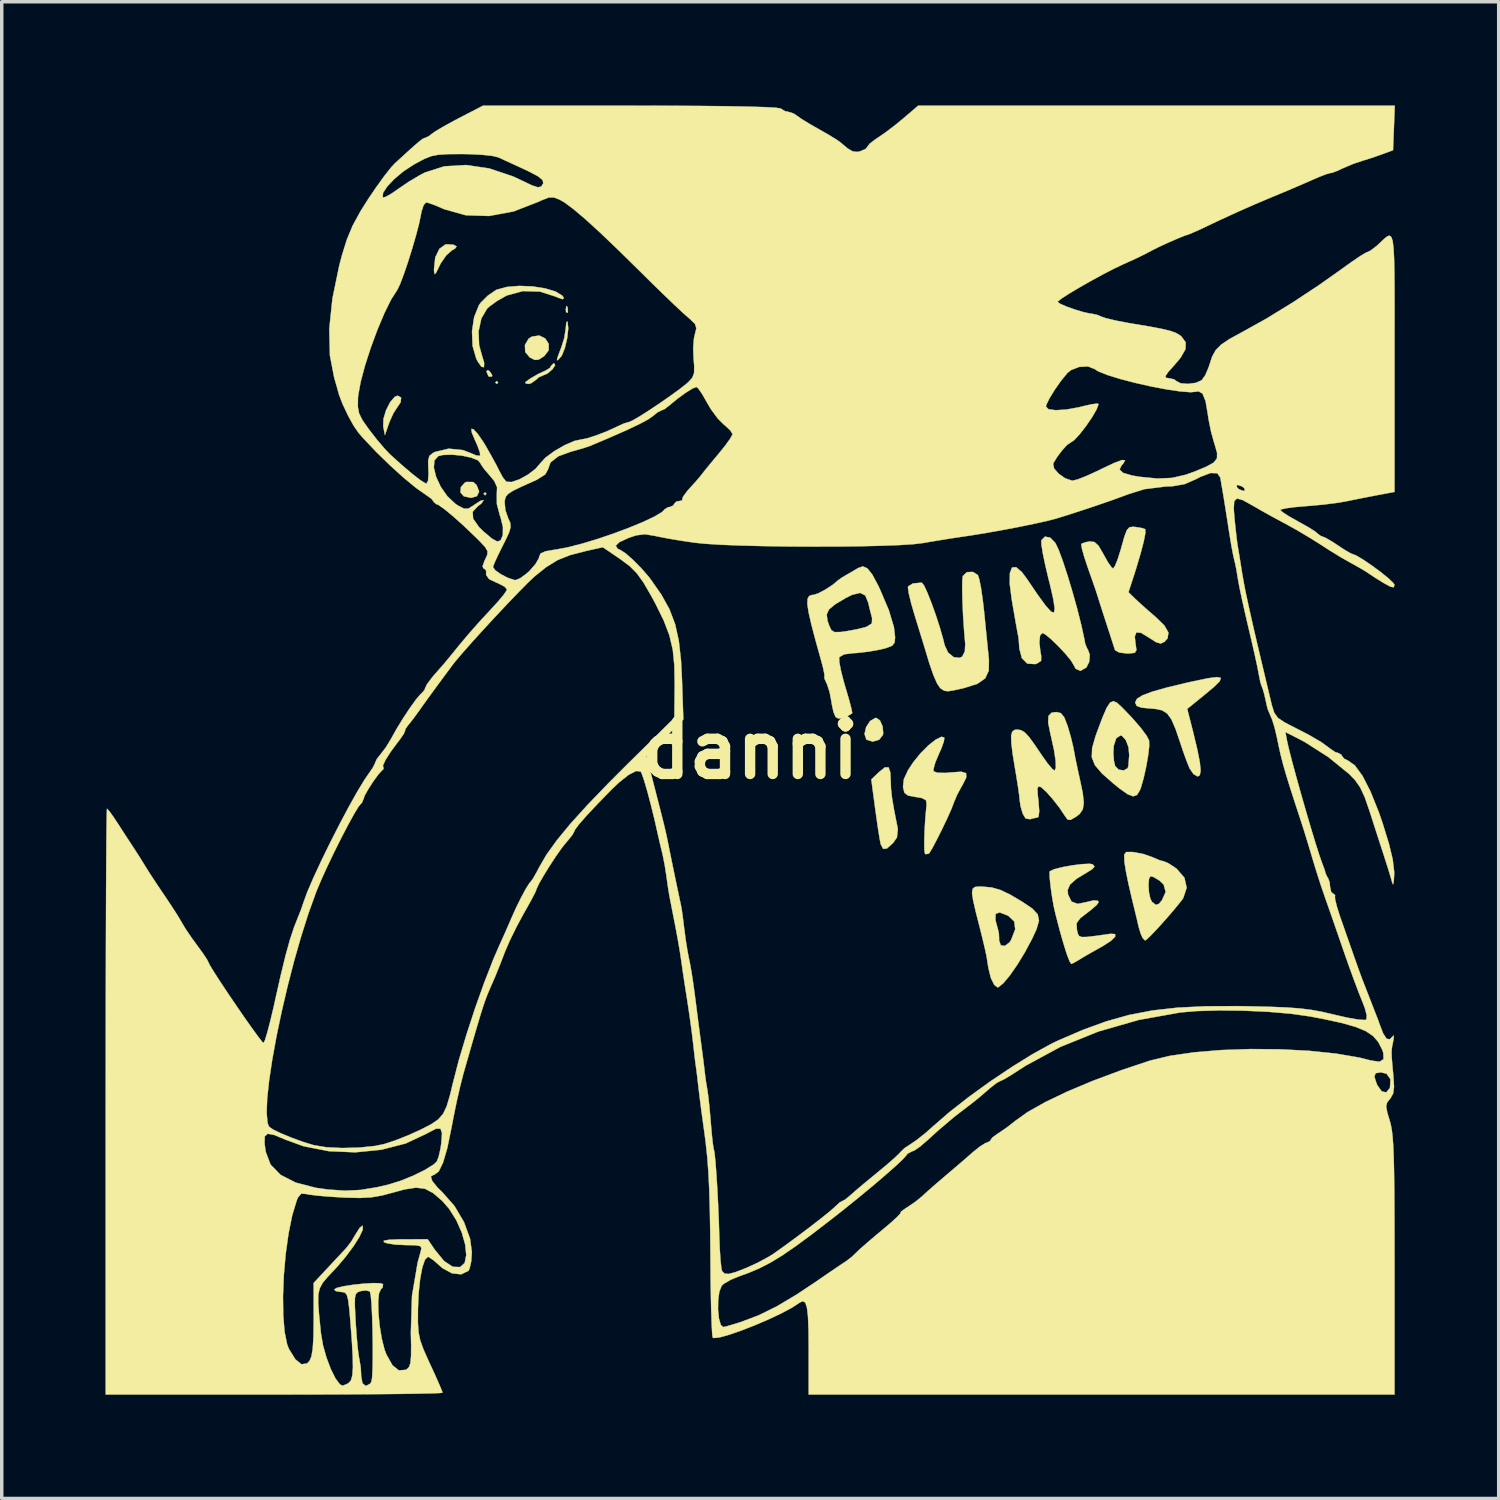
<source format=kicad_pcb>
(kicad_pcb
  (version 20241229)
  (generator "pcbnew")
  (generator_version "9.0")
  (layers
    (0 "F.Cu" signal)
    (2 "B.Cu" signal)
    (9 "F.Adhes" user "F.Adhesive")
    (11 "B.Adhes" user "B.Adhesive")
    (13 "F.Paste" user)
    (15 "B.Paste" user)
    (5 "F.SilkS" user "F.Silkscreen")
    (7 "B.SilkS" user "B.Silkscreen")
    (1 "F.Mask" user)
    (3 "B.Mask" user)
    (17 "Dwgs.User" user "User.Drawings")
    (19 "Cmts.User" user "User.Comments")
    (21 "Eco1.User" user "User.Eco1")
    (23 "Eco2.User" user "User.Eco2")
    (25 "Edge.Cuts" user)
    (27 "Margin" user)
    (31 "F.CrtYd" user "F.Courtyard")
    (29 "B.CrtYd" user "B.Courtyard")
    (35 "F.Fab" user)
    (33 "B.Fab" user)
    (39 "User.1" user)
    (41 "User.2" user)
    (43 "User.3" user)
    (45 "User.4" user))
  (footprint "danni"
    (layer "F.Cu")
    (at 18.632 18.632)
    (property "Reference" "danni" (at 0 0 0) (layer "F.SilkS") (effects (font (size 1.524 1.524) (thickness 0.3))))
    (attr through_hole)
    (fp_poly (pts (xy -7.62 -7.408) (xy -7.662 -7.366) (xy -7.705 -7.408) (xy -7.662 -7.451) (xy -7.62 -7.408)) (stroke (width 0.01) (type solid)) (fill yes) (layer "F.SilkS"))
    (fp_poly (pts (xy -7.281 -10.626) (xy -7.324 -10.583) (xy -7.366 -10.626) (xy -7.324 -10.668) (xy -7.281 -10.626)) (stroke (width 0.01) (type solid)) (fill yes) (layer "F.SilkS"))
    (fp_poly (pts (xy -5.276 -12.801) (xy -5.266 -12.668) (xy -5.283 -12.638) (xy -5.321 -12.664) (xy -5.327 -12.749) (xy -5.307 -12.84) (xy -5.276 -12.801)) (stroke (width 0.01) (type solid)) (fill yes) (layer "F.SilkS"))
    (fp_poly (pts (xy -7.52 -10.94) (xy -7.455 -10.833) (xy -7.463 -10.796) (xy -7.552 -10.799) (xy -7.564 -10.809) (xy -7.619 -10.939) (xy -7.62 -10.953) (xy -7.577 -10.985) (xy -7.52 -10.94)) (stroke (width 0.01) (type solid)) (fill yes) (layer "F.SilkS"))
    (fp_poly (pts (xy -8.003 -7.749) (xy -7.907 -7.664) (xy -7.833 -7.475) (xy -7.895 -7.341) (xy -8.063 -7.291) (xy -8.276 -7.337) (xy -8.373 -7.447) (xy -8.36 -7.601) (xy -8.25 -7.728) (xy -8.198 -7.752) (xy -8.003 -7.749)) (stroke (width 0.01) (type solid)) (fill yes) (layer "F.SilkS"))
    (fp_poly (pts (xy -10.087 -10.19) (xy -10.102 -10.054) (xy -10.201 -9.907) (xy -10.311 -9.737) (xy -10.421 -9.494) (xy -10.442 -9.437) (xy -10.556 -9.106) (xy -10.605 -9.358) (xy -10.598 -9.576) (xy -10.522 -9.827) (xy -10.404 -10.058) (xy -10.271 -10.212) (xy -10.187 -10.245) (xy -10.087 -10.19)) (stroke (width 0.01) (type solid)) (fill yes) (layer "F.SilkS"))
    (fp_poly (pts (xy -5.921 -11.898) (xy -5.821 -11.741) (xy -5.822 -11.556) (xy -5.952 -11.388) (xy -5.953 -11.387) (xy -6.114 -11.286) (xy -6.227 -11.279) (xy -6.371 -11.352) (xy -6.501 -11.509) (xy -6.509 -11.71) (xy -6.403 -11.891) (xy -6.31 -11.952) (xy -6.093 -11.984) (xy -5.921 -11.898)) (stroke (width 0.01) (type solid)) (fill yes) (layer "F.SilkS"))
    (fp_poly (pts (xy 3.753 -0.858) (xy 3.83 -0.686) (xy 3.847 -0.486) (xy 3.838 -0.437) (xy 3.728 -0.3) (xy 3.545 -0.246) (xy 3.374 -0.297) (xy 3.358 -0.31) (xy 3.307 -0.466) (xy 3.353 -0.665) (xy 3.468 -0.841) (xy 3.621 -0.93) (xy 3.644 -0.931) (xy 3.753 -0.858)) (stroke (width 0.01) (type solid)) (fill yes) (layer "F.SilkS"))
    (fp_poly (pts (xy -8.575 -14.609) (xy -8.572 -14.608) (xy -8.483 -14.557) (xy -8.53 -14.497) (xy -8.623 -14.443) (xy -8.785 -14.299) (xy -8.941 -14.073) (xy -8.976 -14.005) (xy -9.071 -13.809) (xy -9.118 -13.756) (xy -9.134 -13.833) (xy -9.137 -13.901) (xy -9.101 -14.242) (xy -8.981 -14.49) (xy -8.799 -14.621) (xy -8.575 -14.609)) (stroke (width 0.01) (type solid)) (fill yes) (layer "F.SilkS"))
    (fp_poly (pts (xy -5.276 -12.377) (xy -5.257 -12.189) (xy -5.286 -11.917) (xy -5.351 -11.635) (xy -5.437 -11.416) (xy -5.462 -11.378) (xy -5.554 -11.276) (xy -5.585 -11.271) (xy -5.557 -11.377) (xy -5.484 -11.572) (xy -5.461 -11.629) (xy -5.372 -11.912) (xy -5.328 -12.191) (xy -5.327 -12.21) (xy -5.312 -12.365) (xy -5.283 -12.39) (xy -5.276 -12.377)) (stroke (width 0.01) (type solid)) (fill yes) (layer "F.SilkS"))
    (fp_poly (pts (xy -5.635 -11.125) (xy -5.715 -11.007) (xy -5.865 -10.88) (xy -5.972 -10.837) (xy -6.108 -10.778) (xy -6.181 -10.71) (xy -6.332 -10.602) (xy -6.417 -10.583) (xy -6.502 -10.61) (xy -6.493 -10.638) (xy -6.35 -10.742) (xy -6.135 -10.867) (xy -5.928 -10.964) (xy -5.905 -10.973) (xy -5.781 -11.053) (xy -5.757 -11.101) (xy -5.691 -11.172) (xy -5.66 -11.176) (xy -5.635 -11.125)) (stroke (width 0.01) (type solid)) (fill yes) (layer "F.SilkS"))
    (fp_poly (pts (xy 4.053 0.643) (xy 4.064 0.892) (xy 4.073 1.122) (xy 4.103 1.39) (xy 4.162 1.735) (xy 4.254 2.197) (xy 4.271 2.282) (xy 4.243 2.527) (xy 4.132 2.684) (xy 3.957 2.842) (xy 3.847 2.856) (xy 3.778 2.727) (xy 3.768 2.688) (xy 3.738 2.524) (xy 3.693 2.239) (xy 3.642 1.882) (xy 3.613 1.673) (xy 3.503 0.848) (xy 3.726 0.635) (xy 3.898 0.497) (xy 4.002 0.497) (xy 4.053 0.643)) (stroke (width 0.01) (type solid)) (fill yes) (layer "F.SilkS"))
    (fp_poly (pts (xy -6.291 -13.403) (xy -5.928 -13.347) (xy -5.626 -13.257) (xy -5.429 -13.137) (xy -5.384 -13.071) (xy -5.419 -13.033) (xy -5.576 -13.088) (xy -5.61 -13.105) (xy -6.079 -13.255) (xy -6.572 -13.268) (xy -7.03 -13.142) (xy -7.05 -13.133) (xy -7.316 -12.982) (xy -7.545 -12.815) (xy -7.605 -12.758) (xy -7.77 -12.474) (xy -7.849 -12.102) (xy -7.833 -11.705) (xy -7.76 -11.438) (xy -7.687 -11.193) (xy -7.694 -11.068) (xy -7.764 -11.079) (xy -7.877 -11.238) (xy -7.916 -11.315) (xy -8.021 -11.68) (xy -8.039 -12.102) (xy -7.977 -12.516) (xy -7.839 -12.859) (xy -7.786 -12.934) (xy -7.578 -13.14) (xy -7.348 -13.296) (xy -7.324 -13.308) (xy -7.032 -13.388) (xy -6.674 -13.418) (xy -6.291 -13.403)) (stroke (width 0.01) (type solid)) (fill yes) (layer "F.SilkS"))
    (fp_poly (pts (xy 13.608 -2.086) (xy 13.574 -1.991) (xy 13.401 -1.82) (xy 13.112 -1.579) (xy 12.635 -1.192) (xy 12.803 -0.533) (xy 12.926 -0.019) (xy 12.999 0.351) (xy 13.023 0.593) (xy 12.999 0.725) (xy 12.934 0.762) (xy 12.815 0.692) (xy 12.704 0.529) (xy 12.618 0.317) (xy 12.511 0.022) (xy 12.443 -0.184) (xy 12.301 -0.601) (xy 12.181 -0.883) (xy 12.057 -1.057) (xy 11.907 -1.151) (xy 11.706 -1.192) (xy 11.578 -1.202) (xy 11.314 -1.227) (xy 11.179 -1.274) (xy 11.135 -1.359) (xy 11.134 -1.388) (xy 11.183 -1.484) (xy 11.339 -1.582) (xy 11.618 -1.687) (xy 12.031 -1.805) (xy 12.594 -1.941) (xy 12.811 -1.989) (xy 13.232 -2.077) (xy 13.496 -2.111) (xy 13.608 -2.086)) (stroke (width 0.01) (type solid)) (fill yes) (layer "F.SilkS"))
    (fp_poly (pts (xy 10.606 -1.368) (xy 10.737 -1.249) (xy 11.038 -0.937) (xy 11.289 -0.647) (xy 11.464 -0.411) (xy 11.533 -0.275) (xy 11.536 -0.111) (xy 11.504 0.162) (xy 11.447 0.487) (xy 11.375 0.81) (xy 11.299 1.075) (xy 11.265 1.164) (xy 11.181 1.298) (xy 11.071 1.336) (xy 10.909 1.273) (xy 10.668 1.102) (xy 10.499 0.964) (xy 10.169 0.674) (xy 9.966 0.435) (xy 9.876 0.205) (xy 9.881 0.085) (xy 10.499 0.085) (xy 10.516 0.312) (xy 10.55 0.459) (xy 10.654 0.565) (xy 10.8 0.587) (xy 10.913 0.524) (xy 10.933 0.466) (xy 10.948 0.278) (xy 10.958 0.148) (xy 10.938 -0.084) (xy 10.859 -0.291) (xy 10.749 -0.412) (xy 10.706 -0.423) (xy 10.583 -0.345) (xy 10.512 -0.125) (xy 10.499 0.085) (xy 9.881 0.085) (xy 9.886 -0.058) (xy 9.983 -0.397) (xy 10.027 -0.52) (xy 10.185 -0.941) (xy 10.305 -1.22) (xy 10.404 -1.372) (xy 10.499 -1.416) (xy 10.606 -1.368)) (stroke (width 0.01) (type solid)) (fill yes) (layer "F.SilkS"))
    (fp_poly (pts (xy 5.614 -0.364) (xy 5.602 -0.256) (xy 5.53 -0.051) (xy 5.454 0.117) (xy 5.351 0.362) (xy 5.301 0.549) (xy 5.305 0.614) (xy 5.417 0.655) (xy 5.651 0.659) (xy 5.811 0.645) (xy 6.102 0.625) (xy 6.243 0.666) (xy 6.249 0.79) (xy 6.135 1.017) (xy 6.106 1.064) (xy 5.978 1.304) (xy 5.886 1.525) (xy 5.885 1.53) (xy 5.816 1.708) (xy 5.698 1.972) (xy 5.553 2.276) (xy 5.404 2.575) (xy 5.273 2.823) (xy 5.182 2.974) (xy 5.167 2.992) (xy 5.073 3.009) (xy 5.052 2.986) (xy 5.036 2.871) (xy 5.034 2.632) (xy 5.044 2.315) (xy 5.065 1.965) (xy 5.096 1.626) (xy 5.102 1.566) (xy 5.085 1.451) (xy 4.97 1.387) (xy 4.784 1.355) (xy 4.563 1.313) (xy 4.46 1.233) (xy 4.421 1.072) (xy 4.42 1.057) (xy 4.444 0.84) (xy 4.566 0.578) (xy 4.716 0.351) (xy 4.929 0.088) (xy 5.156 -0.139) (xy 5.367 -0.304) (xy 5.532 -0.385) (xy 5.614 -0.364)) (stroke (width 0.01) (type solid)) (fill yes) (layer "F.SilkS"))
    (fp_poly (pts (xy 11.091 2.95) (xy 11.378 3.006) (xy 11.634 3.097) (xy 11.83 3.181) (xy 11.962 3.217) (xy 11.964 3.217) (xy 12.08 3.265) (xy 12.265 3.384) (xy 12.332 3.433) (xy 12.554 3.688) (xy 12.619 3.978) (xy 12.521 4.275) (xy 12.467 4.352) (xy 12.258 4.608) (xy 12.025 4.879) (xy 11.796 5.134) (xy 11.598 5.343) (xy 11.462 5.474) (xy 11.417 5.503) (xy 11.347 5.433) (xy 11.293 5.313) (xy 11.235 5.123) (xy 11.212 5.028) (xy 11.185 4.908) (xy 11.127 4.667) (xy 11.05 4.35) (xy 11.018 4.219) (xy 10.942 3.888) (xy 11.515 3.888) (xy 11.528 4.102) (xy 11.568 4.293) (xy 11.616 4.386) (xy 11.73 4.475) (xy 11.82 4.441) (xy 11.905 4.339) (xy 12.012 4.099) (xy 11.954 3.886) (xy 11.834 3.772) (xy 11.672 3.674) (xy 11.58 3.641) (xy 11.531 3.713) (xy 11.515 3.888) (xy 10.942 3.888) (xy 10.934 3.853) (xy 10.865 3.513) (xy 10.824 3.26) (xy 10.819 3.214) (xy 10.813 3.02) (xy 10.872 2.946) (xy 11.043 2.945) (xy 11.091 2.95)) (stroke (width 0.01) (type solid)) (fill yes) (layer "F.SilkS"))
    (fp_poly (pts (xy 6.731 3.947) (xy 6.99 3.972) (xy 7.234 4.042) (xy 7.515 4.176) (xy 7.865 4.383) (xy 8.156 4.579) (xy 8.313 4.746) (xy 8.35 4.931) (xy 8.278 5.179) (xy 8.15 5.455) (xy 7.944 5.841) (xy 7.723 6.203) (xy 7.509 6.512) (xy 7.321 6.737) (xy 7.181 6.85) (xy 7.15 6.858) (xy 7.056 6.784) (xy 6.966 6.602) (xy 6.947 6.54) (xy 6.889 6.301) (xy 6.858 6.118) (xy 6.856 6.096) (xy 6.835 5.964) (xy 6.78 5.709) (xy 6.7 5.374) (xy 6.637 5.122) (xy 6.58 4.9) (xy 7.089 4.9) (xy 7.113 4.998) (xy 7.168 5.196) (xy 7.192 5.315) (xy 7.197 5.438) (xy 7.197 5.503) (xy 7.246 5.642) (xy 7.362 5.66) (xy 7.497 5.559) (xy 7.546 5.483) (xy 7.663 5.18) (xy 7.637 4.956) (xy 7.467 4.793) (xy 7.441 4.779) (xy 7.213 4.692) (xy 7.098 4.732) (xy 7.089 4.9) (xy 6.58 4.9) (xy 6.519 4.659) (xy 6.445 4.336) (xy 6.415 4.128) (xy 6.433 4.009) (xy 6.499 3.956) (xy 6.617 3.944) (xy 6.731 3.947)) (stroke (width 0.01) (type solid)) (fill yes) (layer "F.SilkS"))
    (fp_poly (pts (xy 6.584 -5.059) (xy 6.625 -4.936) (xy 6.675 -4.683) (xy 6.725 -4.337) (xy 6.766 -3.979) (xy 6.809 -3.544) (xy 6.851 -3.129) (xy 6.885 -2.786) (xy 6.903 -2.607) (xy 6.898 -2.295) (xy 6.794 -2.073) (xy 6.568 -1.916) (xy 6.197 -1.798) (xy 6.174 -1.792) (xy 5.888 -1.728) (xy 5.718 -1.702) (xy 5.615 -1.715) (xy 5.531 -1.766) (xy 5.49 -1.799) (xy 5.404 -1.928) (xy 5.297 -2.172) (xy 5.189 -2.483) (xy 5.171 -2.54) (xy 5.052 -2.936) (xy 4.909 -3.403) (xy 4.771 -3.85) (xy 4.751 -3.915) (xy 4.654 -4.249) (xy 4.588 -4.523) (xy 4.562 -4.696) (xy 4.567 -4.732) (xy 4.705 -4.817) (xy 4.935 -4.839) (xy 4.967 -4.836) (xy 5.029 -4.757) (xy 5.124 -4.552) (xy 5.24 -4.259) (xy 5.364 -3.914) (xy 5.481 -3.554) (xy 5.578 -3.217) (xy 5.624 -3.029) (xy 5.725 -2.816) (xy 5.888 -2.685) (xy 6.063 -2.667) (xy 6.134 -2.706) (xy 6.207 -2.854) (xy 6.218 -3.072) (xy 6.184 -3.472) (xy 6.156 -3.896) (xy 6.138 -4.303) (xy 6.13 -4.655) (xy 6.134 -4.913) (xy 6.149 -5.034) (xy 6.266 -5.144) (xy 6.44 -5.151) (xy 6.584 -5.059)) (stroke (width 0.01) (type solid)) (fill yes) (layer "F.SilkS"))
    (fp_poly (pts (xy 9.902 3.301) (xy 9.957 3.365) (xy 9.884 3.446) (xy 9.75 3.528) (xy 9.43 3.723) (xy 9.247 3.886) (xy 9.179 4.042) (xy 9.19 4.177) (xy 9.29 4.378) (xy 9.468 4.445) (xy 9.739 4.389) (xy 9.934 4.343) (xy 10.055 4.355) (xy 10.058 4.358) (xy 10.071 4.402) (xy 10.019 4.475) (xy 9.88 4.597) (xy 9.631 4.791) (xy 9.542 4.859) (xy 9.435 5.006) (xy 9.448 5.206) (xy 9.474 5.309) (xy 9.51 5.373) (xy 9.589 5.403) (xy 9.741 5.4) (xy 9.997 5.369) (xy 10.388 5.314) (xy 10.414 5.31) (xy 10.551 5.318) (xy 10.552 5.392) (xy 10.428 5.514) (xy 10.191 5.668) (xy 10.146 5.693) (xy 9.868 5.848) (xy 9.624 5.989) (xy 9.507 6.061) (xy 9.354 6.15) (xy 9.281 6.181) (xy 9.236 6.108) (xy 9.163 5.921) (xy 9.116 5.779) (xy 9.026 5.481) (xy 8.948 5.206) (xy 8.927 5.122) (xy 8.869 4.898) (xy 8.828 4.741) (xy 8.777 4.518) (xy 8.727 4.235) (xy 8.686 3.943) (xy 8.66 3.691) (xy 8.656 3.53) (xy 8.664 3.5) (xy 8.792 3.442) (xy 9.03 3.382) (xy 9.318 3.33) (xy 9.601 3.295) (xy 9.818 3.286) (xy 9.902 3.301)) (stroke (width 0.01) (type solid)) (fill yes) (layer "F.SilkS"))
    (fp_poly (pts (xy 8.673 -6.143) (xy 8.822 -5.99) (xy 8.918 -5.79) (xy 9.04 -5.461) (xy 9.177 -5.043) (xy 9.319 -4.571) (xy 9.455 -4.084) (xy 9.572 -3.62) (xy 9.661 -3.214) (xy 9.686 -3.072) (xy 9.746 -2.929) (xy 9.762 -2.909) (xy 9.818 -2.757) (xy 9.801 -2.55) (xy 9.72 -2.388) (xy 9.548 -2.291) (xy 9.409 -2.352) (xy 9.356 -2.455) (xy 9.274 -2.59) (xy 9.114 -2.785) (xy 8.912 -3.001) (xy 8.707 -3.2) (xy 8.538 -3.341) (xy 8.45 -3.387) (xy 8.381 -3.312) (xy 8.361 -3.113) (xy 8.393 -2.829) (xy 8.413 -2.731) (xy 8.411 -2.579) (xy 8.284 -2.499) (xy 8.237 -2.486) (xy 8.012 -2.5) (xy 7.855 -2.658) (xy 7.781 -2.942) (xy 7.779 -2.98) (xy 7.766 -3.176) (xy 7.753 -3.281) (xy 7.727 -3.411) (xy 7.676 -3.696) (xy 7.599 -4.14) (xy 7.561 -4.36) (xy 7.504 -4.809) (xy 7.509 -5.117) (xy 7.571 -5.278) (xy 7.688 -5.289) (xy 7.856 -5.145) (xy 8.001 -4.95) (xy 8.314 -4.489) (xy 8.545 -4.173) (xy 8.7 -4.002) (xy 8.785 -3.976) (xy 8.804 -4.095) (xy 8.764 -4.361) (xy 8.671 -4.772) (xy 8.622 -4.965) (xy 8.529 -5.359) (xy 8.459 -5.698) (xy 8.42 -5.946) (xy 8.417 -6.066) (xy 8.523 -6.171) (xy 8.673 -6.143)) (stroke (width 0.01) (type solid)) (fill yes) (layer "F.SilkS"))
    (fp_poly (pts (xy 8.982 -1.069) (xy 9.08 -0.948) (xy 9.177 -0.699) (xy 9.268 -0.389) (xy 9.34 -0.09) (xy 9.357 0) (xy 9.403 0.245) (xy 9.472 0.573) (xy 9.529 0.831) (xy 9.614 1.239) (xy 9.645 1.52) (xy 9.617 1.709) (xy 9.529 1.842) (xy 9.427 1.922) (xy 9.267 2.016) (xy 9.181 2.012) (xy 9.109 1.915) (xy 8.95 1.677) (xy 8.755 1.426) (xy 8.564 1.209) (xy 8.42 1.078) (xy 8.406 1.069) (xy 8.335 1.048) (xy 8.306 1.111) (xy 8.314 1.29) (xy 8.335 1.471) (xy 8.357 1.763) (xy 8.338 1.923) (xy 8.31 1.947) (xy 8.162 1.976) (xy 8.094 1.998) (xy 7.963 1.976) (xy 7.88 1.836) (xy 7.816 1.614) (xy 7.795 1.467) (xy 7.78 1.316) (xy 7.742 1.047) (xy 7.688 0.71) (xy 7.668 0.593) (xy 7.591 0.123) (xy 7.55 -0.206) (xy 7.545 -0.417) (xy 7.578 -0.536) (xy 7.649 -0.585) (xy 7.716 -0.593) (xy 7.827 -0.578) (xy 7.933 -0.518) (xy 8.057 -0.387) (xy 8.224 -0.159) (xy 8.431 0.148) (xy 8.595 0.379) (xy 8.73 0.54) (xy 8.799 0.593) (xy 8.837 0.516) (xy 8.831 0.305) (xy 8.782 -0.014) (xy 8.694 -0.413) (xy 8.681 -0.466) (xy 8.615 -0.791) (xy 8.624 -0.987) (xy 8.714 -1.081) (xy 8.85 -1.101) (xy 8.982 -1.069)) (stroke (width 0.01) (type solid)) (fill yes) (layer "F.SilkS"))
    (fp_poly (pts (xy 11.142 -6.449) (xy 11.33 -6.418) (xy 11.422 -6.386) (xy 11.426 -6.279) (xy 11.38 -6.039) (xy 11.289 -5.69) (xy 11.161 -5.258) (xy 11.11 -5.097) (xy 10.937 -4.564) (xy 11.127 -4.378) (xy 11.298 -4.219) (xy 11.536 -4.008) (xy 11.712 -3.857) (xy 11.976 -3.601) (xy 12.092 -3.397) (xy 12.066 -3.228) (xy 11.978 -3.131) (xy 11.872 -3.08) (xy 11.736 -3.118) (xy 11.54 -3.244) (xy 11.302 -3.389) (xy 11.165 -3.403) (xy 11.119 -3.282) (xy 11.14 -3.084) (xy 11.167 -2.892) (xy 11.12 -2.812) (xy 10.957 -2.794) (xy 10.886 -2.794) (xy 10.672 -2.82) (xy 10.551 -2.886) (xy 10.545 -2.9) (xy 10.504 -3.026) (xy 10.426 -3.267) (xy 10.325 -3.579) (xy 10.291 -3.683) (xy 10.185 -4.011) (xy 10.097 -4.286) (xy 10.042 -4.461) (xy 10.034 -4.487) (xy 9.989 -4.624) (xy 9.904 -4.871) (xy 9.794 -5.183) (xy 9.764 -5.267) (xy 9.662 -5.573) (xy 9.594 -5.814) (xy 9.572 -5.949) (xy 9.576 -5.963) (xy 9.686 -6.007) (xy 9.818 -6.031) (xy 9.953 -6.015) (xy 10.07 -5.909) (xy 10.205 -5.679) (xy 10.219 -5.652) (xy 10.345 -5.427) (xy 10.45 -5.281) (xy 10.494 -5.249) (xy 10.548 -5.325) (xy 10.628 -5.525) (xy 10.717 -5.808) (xy 10.732 -5.863) (xy 10.82 -6.175) (xy 10.889 -6.356) (xy 10.962 -6.439) (xy 11.061 -6.456) (xy 11.142 -6.449)) (stroke (width 0.01) (type solid)) (fill yes) (layer "F.SilkS"))
    (fp_poly (pts (xy 3.391 -5.252) (xy 3.532 -5.074) (xy 3.702 -4.757) (xy 3.752 -4.652) (xy 4.011 -4.041) (xy 4.157 -3.554) (xy 4.191 -3.261) (xy 4.177 -3.108) (xy 4.105 -3.017) (xy 3.934 -2.951) (xy 3.768 -2.909) (xy 3.431 -2.847) (xy 3.089 -2.808) (xy 2.982 -2.802) (xy 2.718 -2.769) (xy 2.581 -2.69) (xy 2.574 -2.676) (xy 2.578 -2.547) (xy 2.625 -2.3) (xy 2.707 -1.98) (xy 2.753 -1.823) (xy 2.849 -1.497) (xy 2.918 -1.239) (xy 2.95 -1.088) (xy 2.949 -1.063) (xy 2.744 -0.94) (xy 2.559 -0.911) (xy 2.473 -0.954) (xy 2.41 -1.101) (xy 2.359 -1.336) (xy 2.351 -1.399) (xy 2.3 -1.67) (xy 2.226 -1.899) (xy 2.212 -1.928) (xy 2.149 -2.068) (xy 2.148 -2.117) (xy 2.148 -2.19) (xy 2.109 -2.379) (xy 2.061 -2.561) (xy 1.891 -3.173) (xy 1.768 -3.641) (xy 1.705 -3.92) (xy 2.214 -3.92) (xy 2.237 -3.739) (xy 2.286 -3.599) (xy 2.35 -3.466) (xy 2.442 -3.411) (xy 2.617 -3.414) (xy 2.773 -3.435) (xy 3.06 -3.487) (xy 3.308 -3.547) (xy 3.375 -3.569) (xy 3.519 -3.662) (xy 3.526 -3.813) (xy 3.521 -3.833) (xy 3.461 -4.063) (xy 3.415 -4.262) (xy 3.329 -4.471) (xy 3.181 -4.545) (xy 2.949 -4.489) (xy 2.766 -4.398) (xy 2.457 -4.214) (xy 2.28 -4.067) (xy 2.214 -3.92) (xy 1.705 -3.92) (xy 1.69 -3.984) (xy 1.655 -4.222) (xy 1.661 -4.372) (xy 1.705 -4.453) (xy 1.786 -4.485) (xy 1.834 -4.487) (xy 1.973 -4.533) (xy 2.181 -4.644) (xy 2.392 -4.782) (xy 2.54 -4.907) (xy 2.64 -4.979) (xy 2.773 -5.059) (xy 2.991 -5.184) (xy 3.124 -5.264) (xy 3.261 -5.31) (xy 3.391 -5.252)) (stroke (width 0.01) (type solid)) (fill yes) (layer "F.SilkS"))
    (fp_poly (pts (xy -2.377 -18.625) (xy -1.454 -18.62) (xy -0.677 -18.612) (xy -0.051 -18.6) (xy 0.419 -18.586) (xy 0.73 -18.569) (xy 0.877 -18.549) (xy 0.889 -18.542) (xy 1.01 -18.467) (xy 1.078 -18.457) (xy 1.253 -18.404) (xy 1.348 -18.341) (xy 1.489 -18.242) (xy 1.727 -18.096) (xy 1.988 -17.947) (xy 2.261 -17.792) (xy 2.482 -17.657) (xy 2.599 -17.576) (xy 2.817 -17.393) (xy 2.965 -17.306) (xy 3.093 -17.291) (xy 3.18 -17.308) (xy 3.336 -17.374) (xy 3.387 -17.436) (xy 3.452 -17.524) (xy 3.617 -17.652) (xy 3.687 -17.698) (xy 3.915 -17.855) (xy 4.2 -18.072) (xy 4.423 -18.255) (xy 4.858 -18.627) (xy 18.634 -18.627) (xy 18.584 -17.34) (xy 18.246 -17.216) (xy 17.99 -17.126) (xy 17.776 -17.058) (xy 17.738 -17.048) (xy 17.448 -16.952) (xy 17.116 -16.811) (xy 16.998 -16.754) (xy 16.834 -16.691) (xy 16.768 -16.679) (xy 16.65 -16.647) (xy 16.433 -16.562) (xy 16.237 -16.477) (xy 15.951 -16.351) (xy 15.574 -16.19) (xy 15.172 -16.022) (xy 15.028 -15.963) (xy 14.587 -15.776) (xy 14.084 -15.554) (xy 13.61 -15.336) (xy 13.484 -15.277) (xy 13.154 -15.12) (xy 12.884 -14.995) (xy 12.707 -14.919) (xy 12.658 -14.901) (xy 12.558 -14.869) (xy 12.357 -14.787) (xy 12.106 -14.678) (xy 11.857 -14.564) (xy 11.661 -14.468) (xy 11.642 -14.458) (xy 11.409 -14.335) (xy 11.206 -14.235) (xy 10.958 -14.121) (xy 10.795 -14.048) (xy 10.519 -13.917) (xy 10.191 -13.747) (xy 9.842 -13.557) (xy 9.506 -13.365) (xy 9.215 -13.191) (xy 9 -13.052) (xy 8.895 -12.968) (xy 8.89 -12.956) (xy 8.963 -12.901) (xy 9.146 -12.821) (xy 9.387 -12.735) (xy 9.63 -12.662) (xy 9.824 -12.619) (xy 9.875 -12.615) (xy 10.047 -12.576) (xy 10.14 -12.534) (xy 10.287 -12.484) (xy 10.553 -12.42) (xy 10.893 -12.354) (xy 11.049 -12.327) (xy 11.54 -12.245) (xy 11.893 -12.178) (xy 12.137 -12.12) (xy 12.302 -12.062) (xy 12.416 -11.997) (xy 12.467 -11.956) (xy 12.591 -11.787) (xy 12.585 -11.59) (xy 12.444 -11.342) (xy 12.266 -11.132) (xy 12.081 -10.923) (xy 12.004 -10.808) (xy 12.024 -10.76) (xy 12.092 -10.753) (xy 12.258 -10.716) (xy 12.319 -10.668) (xy 12.443 -10.603) (xy 12.656 -10.586) (xy 12.883 -10.616) (xy 13.051 -10.689) (xy 13.156 -10.836) (xy 13.255 -11.068) (xy 13.276 -11.135) (xy 13.357 -11.379) (xy 13.46 -11.564) (xy 13.617 -11.722) (xy 13.86 -11.885) (xy 14.223 -12.083) (xy 14.263 -12.105) (xy 14.936 -12.48) (xy 15.68 -12.937) (xy 16.442 -13.44) (xy 17.101 -13.906) (xy 17.392 -14.115) (xy 17.634 -14.279) (xy 17.794 -14.376) (xy 17.837 -14.393) (xy 17.943 -14.445) (xy 18.106 -14.571) (xy 18.121 -14.584) (xy 18.241 -14.697) (xy 18.342 -14.791) (xy 18.423 -14.853) (xy 18.487 -14.87) (xy 18.536 -14.828) (xy 18.573 -14.716) (xy 18.598 -14.52) (xy 18.614 -14.227) (xy 18.623 -13.825) (xy 18.627 -13.301) (xy 18.628 -12.641) (xy 18.627 -11.832) (xy 18.627 -11.235) (xy 18.627 -7.463) (xy 18.14 -7.372) (xy 17.774 -7.301) (xy 17.394 -7.225) (xy 17.23 -7.191) (xy 16.94 -7.143) (xy 16.555 -7.095) (xy 16.148 -7.058) (xy 16.066 -7.052) (xy 15.735 -7.023) (xy 15.481 -6.989) (xy 15.34 -6.955) (xy 15.325 -6.942) (xy 15.394 -6.876) (xy 15.576 -6.758) (xy 15.833 -6.613) (xy 15.854 -6.601) (xy 16.12 -6.453) (xy 16.319 -6.329) (xy 16.41 -6.253) (xy 16.411 -6.251) (xy 16.508 -6.182) (xy 16.523 -6.181) (xy 16.635 -6.136) (xy 16.832 -6.021) (xy 16.976 -5.927) (xy 17.192 -5.784) (xy 17.35 -5.692) (xy 17.398 -5.673) (xy 17.521 -5.625) (xy 17.727 -5.502) (xy 17.978 -5.331) (xy 18.232 -5.143) (xy 18.45 -4.967) (xy 18.593 -4.83) (xy 18.627 -4.774) (xy 18.602 -4.706) (xy 18.506 -4.725) (xy 18.309 -4.833) (xy 18.081 -4.974) (xy 17.9 -5.093) (xy 17.865 -5.118) (xy 17.717 -5.212) (xy 17.486 -5.344) (xy 17.357 -5.415) (xy 17.071 -5.577) (xy 16.735 -5.783) (xy 16.51 -5.929) (xy 16.188 -6.132) (xy 15.802 -6.361) (xy 15.452 -6.555) (xy 15.112 -6.737) (xy 14.782 -6.921) (xy 14.53 -7.066) (xy 14.52 -7.071) (xy 14.241 -7.227) (xy 14.073 -7.273) (xy 13.993 -7.195) (xy 13.98 -6.978) (xy 14 -6.71) (xy 14.034 -6.382) (xy 14.067 -6.095) (xy 14.09 -5.927) (xy 14.121 -5.74) (xy 14.169 -5.447) (xy 14.223 -5.108) (xy 14.228 -5.08) (xy 14.27 -4.838) (xy 14.329 -4.538) (xy 14.409 -4.165) (xy 14.513 -3.701) (xy 14.645 -3.129) (xy 14.81 -2.433) (xy 15.01 -1.594) (xy 15.082 -1.294) (xy 15.151 -1.077) (xy 15.259 -0.929) (xy 15.455 -0.799) (xy 15.606 -0.721) (xy 16.129 -0.452) (xy 16.505 -0.234) (xy 16.745 -0.059) (xy 16.756 -0.049) (xy 16.912 0.057) (xy 17.003 0.085) (xy 17.097 0.137) (xy 17.103 0.164) (xy 17.173 0.25) (xy 17.272 0.296) (xy 17.479 0.441) (xy 17.702 0.745) (xy 17.934 1.199) (xy 18.172 1.792) (xy 18.283 2.113) (xy 18.464 2.701) (xy 18.574 3.158) (xy 18.616 3.506) (xy 18.617 3.586) (xy 18.605 3.796) (xy 18.585 3.883) (xy 18.567 3.852) (xy 18.521 3.69) (xy 18.44 3.423) (xy 18.339 3.107) (xy 18.334 3.09) (xy 18.213 2.718) (xy 18.068 2.27) (xy 17.928 1.833) (xy 17.903 1.757) (xy 17.765 1.359) (xy 17.634 1.078) (xy 17.483 0.862) (xy 17.32 0.694) (xy 16.715 0.202) (xy 16.038 -0.231) (xy 15.843 -0.334) (xy 15.473 -0.522) (xy 15.517 -0.282) (xy 15.57 -0.046) (xy 15.662 0.314) (xy 15.783 0.76) (xy 15.922 1.258) (xy 16.069 1.771) (xy 16.214 2.264) (xy 16.346 2.7) (xy 16.456 3.044) (xy 16.532 3.26) (xy 16.604 3.452) (xy 16.636 3.568) (xy 16.636 3.57) (xy 16.688 3.677) (xy 16.701 3.69) (xy 16.751 3.817) (xy 16.764 3.951) (xy 16.797 4.103) (xy 16.854 4.149) (xy 16.912 4.192) (xy 16.904 4.213) (xy 16.91 4.319) (xy 16.965 4.537) (xy 17.055 4.82) (xy 17.058 4.827) (xy 17.188 5.198) (xy 17.34 5.633) (xy 17.473 6.011) (xy 17.588 6.336) (xy 17.691 6.616) (xy 17.762 6.798) (xy 17.769 6.816) (xy 18.152 7.799) (xy 18.177 7.874) (xy 18.297 8.188) (xy 18.399 8.345) (xy 18.493 8.358) (xy 18.552 8.297) (xy 18.605 8.247) (xy 18.602 8.342) (xy 18.586 8.424) (xy 18.556 8.572) (xy 18.542 8.701) (xy 18.545 8.861) (xy 18.563 9.099) (xy 18.594 9.425) (xy 18.613 9.731) (xy 18.587 9.926) (xy 18.51 10.064) (xy 18.493 10.083) (xy 18.411 10.189) (xy 18.385 10.3) (xy 18.416 10.471) (xy 18.485 10.699) (xy 18.519 10.825) (xy 18.548 10.977) (xy 18.571 11.171) (xy 18.589 11.422) (xy 18.603 11.748) (xy 18.613 12.164) (xy 18.62 12.686) (xy 18.624 13.332) (xy 18.626 14.117) (xy 18.627 14.888) (xy 18.627 18.627) (xy 1.693 18.627) (xy 1.693 17.319) (xy 1.689 16.771) (xy 1.673 16.374) (xy 1.643 16.113) (xy 1.595 15.97) (xy 1.525 15.928) (xy 1.429 15.971) (xy 1.414 15.983) (xy 1.195 16.125) (xy 0.886 16.289) (xy 0.518 16.462) (xy 0.124 16.63) (xy -0.261 16.78) (xy -0.607 16.9) (xy -0.881 16.975) (xy -1.049 16.994) (xy -1.08 16.982) (xy -1.095 16.887) (xy -1.109 16.645) (xy -1.122 16.28) (xy -1.125 16.175) (xy -0.927 16.175) (xy -0.901 16.43) (xy -0.847 16.615) (xy -0.774 16.678) (xy -0.67 16.653) (xy -0.457 16.59) (xy -0.254 16.527) (xy 0.247 16.337) (xy 0.769 16.08) (xy 1.346 15.736) (xy 1.88 15.381) (xy 2.204 15.158) (xy 2.486 14.966) (xy 2.692 14.828) (xy 2.774 14.774) (xy 2.947 14.641) (xy 3.044 14.547) (xy 3.165 14.431) (xy 3.381 14.241) (xy 3.654 14.009) (xy 3.797 13.89) (xy 4.055 13.672) (xy 4.245 13.499) (xy 4.343 13.396) (xy 4.347 13.377) (xy 4.363 13.339) (xy 4.492 13.246) (xy 4.548 13.211) (xy 4.776 13.056) (xy 4.963 12.904) (xy 4.974 12.894) (xy 5.113 12.766) (xy 5.337 12.569) (xy 5.599 12.344) (xy 5.629 12.319) (xy 5.924 12.068) (xy 6.216 11.817) (xy 6.441 11.62) (xy 6.641 11.46) (xy 6.799 11.36) (xy 6.847 11.345) (xy 6.938 11.299) (xy 6.943 11.279) (xy 7.008 11.194) (xy 7.166 11.08) (xy 7.176 11.075) (xy 7.406 10.919) (xy 7.643 10.735) (xy 7.65 10.728) (xy 8.02 10.463) (xy 8.535 10.173) (xy 9.173 9.868) (xy 9.913 9.557) (xy 10.246 9.433) (xy 18.043 9.433) (xy 18.106 9.63) (xy 18.132 9.69) (xy 18.257 9.864) (xy 18.387 9.893) (xy 18.488 9.772) (xy 18.496 9.749) (xy 18.509 9.513) (xy 18.398 9.356) (xy 18.237 9.313) (xy 18.084 9.338) (xy 18.043 9.433) (xy 10.246 9.433) (xy 10.734 9.251) (xy 11.557 8.976) (xy 12.129 8.838) (xy 12.829 8.736) (xy 13.62 8.67) (xy 14.463 8.641) (xy 15.322 8.648) (xy 16.158 8.692) (xy 16.934 8.772) (xy 17.613 8.888) (xy 17.945 8.972) (xy 18.192 9.008) (xy 18.31 8.934) (xy 18.302 8.748) (xy 18.264 8.644) (xy 18.154 8.433) (xy 18.006 8.263) (xy 17.798 8.123) (xy 17.507 8.002) (xy 17.107 7.888) (xy 16.578 7.773) (xy 16.184 7.698) (xy 15.634 7.62) (xy 14.974 7.564) (xy 14.261 7.531) (xy 13.552 7.524) (xy 12.903 7.543) (xy 12.436 7.583) (xy 11.237 7.798) (xy 10.068 8.134) (xy 8.965 8.58) (xy 7.967 9.121) (xy 7.773 9.246) (xy 7.521 9.408) (xy 7.323 9.524) (xy 7.223 9.569) (xy 7.222 9.569) (xy 7.124 9.623) (xy 6.952 9.756) (xy 6.85 9.844) (xy 6.609 10.051) (xy 6.373 10.24) (xy 6.309 10.287) (xy 5.9 10.601) (xy 5.437 10.994) (xy 5.122 11.281) (xy 4.916 11.457) (xy 4.749 11.573) (xy 4.682 11.598) (xy 4.554 11.664) (xy 4.513 11.716) (xy 4.413 11.829) (xy 4.202 12.027) (xy 3.903 12.29) (xy 3.539 12.601) (xy 3.131 12.938) (xy 2.702 13.284) (xy 2.364 13.55) (xy 1.792 13.99) (xy 1.323 14.336) (xy 0.931 14.605) (xy 0.59 14.813) (xy 0.273 14.976) (xy -0.044 15.111) (xy -0.311 15.207) (xy -0.569 15.314) (xy -0.766 15.431) (xy -0.821 15.483) (xy -0.889 15.651) (xy -0.923 15.899) (xy -0.927 16.175) (xy -1.125 16.175) (xy -1.133 15.814) (xy -1.142 15.272) (xy -1.146 14.751) (xy -1.153 13.932) (xy -1.165 13.254) (xy -1.182 12.685) (xy -1.206 12.198) (xy -1.239 11.763) (xy -1.283 11.35) (xy -1.338 10.93) (xy -1.352 10.837) (xy -1.408 10.429) (xy -1.465 9.982) (xy -1.494 9.737) (xy -1.527 9.449) (xy -1.554 9.235) (xy -1.567 9.144) (xy -1.581 9.045) (xy -1.608 8.824) (xy -1.641 8.528) (xy -1.643 8.509) (xy -1.689 8.124) (xy -1.752 7.666) (xy -1.818 7.23) (xy -1.823 7.197) (xy -1.884 6.809) (xy -1.941 6.433) (xy -1.983 6.139) (xy -1.989 6.096) (xy -2.031 5.816) (xy -2.094 5.45) (xy -2.163 5.08) (xy -2.23 4.741) (xy -2.288 4.442) (xy -2.327 4.244) (xy -2.329 4.233) (xy -2.366 4.015) (xy -2.407 3.729) (xy -2.419 3.641) (xy -2.468 3.325) (xy -2.528 3.022) (xy -2.542 2.963) (xy -2.607 2.695) (xy -2.661 2.46) (xy -2.662 2.455) (xy -2.76 2.021) (xy -2.865 1.592) (xy -2.968 1.203) (xy -3.06 0.888) (xy -3.131 0.681) (xy -3.163 0.619) (xy -3.293 0.603) (xy -3.507 0.712) (xy -3.788 0.934) (xy -4.001 1.137) (xy -4.408 1.554) (xy -4.729 1.897) (xy -4.952 2.152) (xy -5.067 2.309) (xy -5.08 2.346) (xy -5.133 2.445) (xy -5.265 2.611) (xy -5.315 2.667) (xy -5.447 2.832) (xy -5.618 3.076) (xy -5.802 3.357) (xy -5.973 3.635) (xy -6.107 3.869) (xy -6.176 4.018) (xy -6.181 4.041) (xy -6.22 4.131) (xy -6.325 4.332) (xy -6.477 4.606) (xy -6.55 4.733) (xy -6.748 5.101) (xy -6.937 5.485) (xy -7.079 5.811) (xy -7.096 5.855) (xy -7.227 6.196) (xy -7.366 6.539) (xy -7.437 6.702) (xy -7.516 6.883) (xy -7.584 7.043) (xy -7.647 7.207) (xy -7.713 7.398) (xy -7.79 7.641) (xy -7.885 7.959) (xy -8.007 8.375) (xy -8.162 8.915) (xy -8.288 9.356) (xy -8.375 9.694) (xy -8.476 10.134) (xy -8.574 10.609) (xy -8.632 10.916) (xy -8.752 11.501) (xy -8.875 11.921) (xy -9 12.178) (xy -9.13 12.276) (xy -9.146 12.277) (xy -9.229 12.325) (xy -9.186 12.457) (xy -9.027 12.653) (xy -8.896 12.78) (xy -8.546 13.176) (xy -8.27 13.643) (xy -8.094 14.127) (xy -8.043 14.512) (xy -8.062 14.783) (xy -8.109 14.989) (xy -8.145 15.054) (xy -8.353 15.152) (xy -8.616 15.124) (xy -8.888 14.977) (xy -8.975 14.901) (xy -9.152 14.745) (xy -9.286 14.655) (xy -9.313 14.647) (xy -9.397 14.727) (xy -9.474 14.947) (xy -9.537 15.278) (xy -9.581 15.692) (xy -9.601 16.158) (xy -9.601 16.171) (xy -9.602 16.548) (xy -9.584 16.826) (xy -9.535 17.063) (xy -9.442 17.321) (xy -9.292 17.659) (xy -9.25 17.749) (xy -9.098 18.079) (xy -8.978 18.35) (xy -8.905 18.527) (xy -8.89 18.574) (xy -8.972 18.584) (xy -9.209 18.593) (xy -9.585 18.601) (xy -10.085 18.609) (xy -10.695 18.615) (xy -11.4 18.62) (xy -12.184 18.624) (xy -13.033 18.626) (xy -13.758 18.627) (xy -18.627 18.627) (xy -18.627 15.779) (xy -13.502 15.779) (xy -13.495 16.337) (xy -13.456 16.816) (xy -13.381 17.181) (xy -13.332 17.307) (xy -13.144 17.61) (xy -12.968 17.752) (xy -12.809 17.73) (xy -12.737 17.658) (xy -12.681 17.53) (xy -12.643 17.31) (xy -12.622 16.972) (xy -12.615 16.493) (xy -12.615 16.448) (xy -12.615 15.402) (xy -12.213 14.971) (xy -11.987 14.728) (xy -11.788 14.516) (xy -11.667 14.386) (xy -11.527 14.202) (xy -11.388 13.97) (xy -11.386 13.967) (xy -11.283 13.805) (xy -11.206 13.747) (xy -11.197 13.751) (xy -11.197 13.863) (xy -11.292 14.068) (xy -11.463 14.339) (xy -11.69 14.644) (xy -11.953 14.954) (xy -12.025 15.031) (xy -12.219 15.236) (xy -12.355 15.399) (xy -12.439 15.554) (xy -12.481 15.735) (xy -12.485 15.977) (xy -12.46 16.315) (xy -12.413 16.781) (xy -12.404 16.868) (xy -12.345 17.206) (xy -12.245 17.56) (xy -12.12 17.891) (xy -11.986 18.161) (xy -11.859 18.332) (xy -11.779 18.371) (xy -11.67 18.33) (xy -11.6 18.29) (xy -11.537 18.216) (xy -11.498 18.075) (xy -11.481 17.846) (xy -11.487 17.508) (xy -11.514 17.04) (xy -11.553 16.531) (xy -11.587 16.141) (xy -11.601 16.032) (xy -11.426 16.032) (xy -11.411 16.355) (xy -11.401 16.544) (xy -11.374 16.931) (xy -11.343 17.274) (xy -11.311 17.525) (xy -11.294 17.611) (xy -11.254 17.853) (xy -11.242 18.098) (xy -11.206 18.3) (xy -11.11 18.38) (xy -10.987 18.317) (xy -10.95 18.267) (xy -10.927 18.148) (xy -10.913 17.899) (xy -10.907 17.559) (xy -10.907 17.163) (xy -10.914 16.748) (xy -10.926 16.352) (xy -10.943 16.012) (xy -10.965 15.765) (xy -10.991 15.647) (xy -10.993 15.645) (xy -11.112 15.617) (xy -11.251 15.636) (xy -11.34 15.666) (xy -11.395 15.72) (xy -11.422 15.831) (xy -11.426 16.032) (xy -11.601 16.032) (xy -11.619 15.89) (xy -11.657 15.747) (xy -11.71 15.682) (xy -11.79 15.664) (xy -11.824 15.663) (xy -11.977 15.637) (xy -12.023 15.591) (xy -11.946 15.544) (xy -11.748 15.497) (xy -11.476 15.455) (xy -11.178 15.423) (xy -10.903 15.406) (xy -10.696 15.41) (xy -10.609 15.436) (xy -10.625 15.54) (xy -10.669 15.579) (xy -10.727 15.702) (xy -10.751 15.948) (xy -10.743 16.275) (xy -10.708 16.641) (xy -10.649 17.003) (xy -10.569 17.321) (xy -10.514 17.468) (xy -10.337 17.782) (xy -10.154 17.929) (xy -9.96 17.914) (xy -9.916 17.89) (xy -9.856 17.827) (xy -9.818 17.711) (xy -9.8 17.512) (xy -9.798 17.197) (xy -9.806 16.839) (xy -9.773 15.771) (xy -9.61 14.811) (xy -9.523 14.499) (xy -9.5 14.393) (xy -9.54 14.336) (xy -9.678 14.312) (xy -9.95 14.307) (xy -9.96 14.307) (xy -10.252 14.293) (xy -10.486 14.258) (xy -10.583 14.224) (xy -10.589 14.181) (xy -10.442 14.154) (xy -10.135 14.141) (xy -10.015 14.141) (xy -9.319 14.139) (xy -9.113 14.443) (xy -8.846 14.768) (xy -8.595 14.935) (xy -8.381 14.943) (xy -8.25 14.823) (xy -8.205 14.594) (xy -8.236 14.29) (xy -8.334 13.945) (xy -8.491 13.591) (xy -8.698 13.261) (xy -8.899 13.03) (xy -9.161 12.804) (xy -9.398 12.679) (xy -9.657 12.647) (xy -9.988 12.698) (xy -10.301 12.783) (xy -10.645 12.875) (xy -10.949 12.927) (xy -11.279 12.945) (xy -11.7 12.935) (xy -11.798 12.93) (xy -12.181 12.906) (xy -12.515 12.877) (xy -12.755 12.847) (xy -12.835 12.83) (xy -12.976 12.821) (xy -13.071 12.934) (xy -13.103 13.011) (xy -13.235 13.446) (xy -13.342 13.975) (xy -13.424 14.564) (xy -13.478 15.176) (xy -13.502 15.779) (xy -18.627 15.779) (xy -18.627 11.367) (xy -14.036 11.367) (xy -14.002 11.61) (xy -13.861 11.981) (xy -13.573 12.277) (xy -13.135 12.501) (xy -12.546 12.653) (xy -12.192 12.702) (xy -11.709 12.735) (xy -11.264 12.714) (xy -10.783 12.635) (xy -10.456 12.559) (xy -10.105 12.45) (xy -9.738 12.301) (xy -9.404 12.137) (xy -9.153 11.981) (xy -9.06 11.897) (xy -9.004 11.761) (xy -8.95 11.522) (xy -8.926 11.361) (xy -8.906 11.076) (xy -8.95 10.941) (xy -9.079 10.943) (xy -9.315 11.065) (xy -9.346 11.084) (xy -9.956 11.37) (xy -10.658 11.551) (xy -11.412 11.626) (xy -12.176 11.593) (xy -12.907 11.45) (xy -13.44 11.256) (xy -13.754 11.124) (xy -13.943 11.089) (xy -14.029 11.165) (xy -14.036 11.367) (xy -18.627 11.367) (xy -18.627 10.486) (xy -13.975 10.486) (xy -13.948 10.776) (xy -13.905 10.885) (xy -13.792 10.965) (xy -13.561 11.077) (xy -13.258 11.202) (xy -12.927 11.323) (xy -12.615 11.419) (xy -12.253 11.479) (xy -11.792 11.502) (xy -11.3 11.489) (xy -10.843 11.442) (xy -10.583 11.389) (xy -10.267 11.286) (xy -9.885 11.135) (xy -9.518 10.969) (xy -9.514 10.967) (xy -9.223 10.817) (xy -9.019 10.679) (xy -8.876 10.517) (xy -8.77 10.295) (xy -8.675 9.974) (xy -8.587 9.61) (xy -8.418 8.957) (xy -8.198 8.221) (xy -7.947 7.454) (xy -7.681 6.709) (xy -7.419 6.038) (xy -7.242 5.63) (xy -7.098 5.312) (xy -6.957 4.991) (xy -6.905 4.868) (xy -6.768 4.563) (xy -6.619 4.261) (xy -6.481 4.006) (xy -6.377 3.842) (xy -6.347 3.81) (xy -6.277 3.715) (xy -6.166 3.52) (xy -6.097 3.387) (xy -5.887 3.025) (xy -5.59 2.611) (xy -5.198 2.134) (xy -4.699 1.583) (xy -4.085 0.946) (xy -3.584 0.444) (xy -2.189 -0.932) (xy -2.18 -1.884) (xy -2.189 -2.438) (xy -2.235 -2.898) (xy -2.333 -3.317) (xy -2.497 -3.747) (xy -2.74 -4.24) (xy -2.869 -4.477) (xy -3.085 -4.848) (xy -3.275 -5.112) (xy -3.48 -5.318) (xy -3.742 -5.514) (xy -3.758 -5.525) (xy -4.256 -5.864) (xy -4.732 -5.759) (xy -5.199 -5.638) (xy -5.564 -5.493) (xy -5.895 -5.289) (xy -6.227 -5.023) (xy -6.411 -4.85) (xy -6.679 -4.579) (xy -7.004 -4.241) (xy -7.359 -3.863) (xy -7.716 -3.476) (xy -8.049 -3.109) (xy -8.328 -2.792) (xy -8.529 -2.555) (xy -8.573 -2.498) (xy -8.791 -2.206) (xy -9.04 -1.869) (xy -9.283 -1.536) (xy -9.484 -1.258) (xy -9.567 -1.14) (xy -9.725 -0.922) (xy -9.86 -0.75) (xy -9.888 -0.718) (xy -9.968 -0.602) (xy -9.973 -0.561) (xy -10.006 -0.479) (xy -10.119 -0.313) (xy -10.199 -0.209) (xy -10.394 0.055) (xy -10.539 0.284) (xy -10.613 0.446) (xy -10.6 0.509) (xy -10.599 0.509) (xy -10.596 0.547) (xy -10.626 0.573) (xy -10.736 0.691) (xy -10.882 0.889) (xy -11.028 1.114) (xy -11.138 1.309) (xy -11.176 1.416) (xy -11.223 1.528) (xy -11.239 1.538) (xy -11.316 1.63) (xy -11.447 1.846) (xy -11.618 2.156) (xy -11.813 2.53) (xy -12.017 2.938) (xy -12.215 3.351) (xy -12.391 3.738) (xy -12.531 4.069) (xy -12.545 4.106) (xy -12.764 4.713) (xy -12.977 5.383) (xy -13.181 6.095) (xy -13.37 6.828) (xy -13.541 7.561) (xy -13.69 8.273) (xy -13.812 8.942) (xy -13.903 9.549) (xy -13.959 10.07) (xy -13.975 10.486) (xy -18.627 10.486) (xy -18.627 10.16) (xy -18.626 8.978) (xy -18.625 7.846) (xy -18.623 6.773) (xy -18.621 5.773) (xy -18.618 4.855) (xy -18.615 4.031) (xy -18.611 3.314) (xy -18.607 2.713) (xy -18.602 2.24) (xy -18.597 1.907) (xy -18.592 1.725) (xy -18.589 1.693) (xy -18.527 1.759) (xy -18.404 1.929) (xy -18.265 2.138) (xy -18.081 2.423) (xy -17.907 2.689) (xy -17.816 2.828) (xy -17.655 3.078) (xy -17.49 3.344) (xy -17.484 3.356) (xy -17.353 3.563) (xy -17.163 3.852) (xy -16.953 4.165) (xy -16.922 4.21) (xy -16.722 4.509) (xy -16.549 4.779) (xy -16.434 4.971) (xy -16.421 4.995) (xy -16.312 5.177) (xy -16.14 5.429) (xy -15.988 5.638) (xy -15.82 5.869) (xy -15.703 6.044) (xy -15.663 6.122) (xy -15.618 6.215) (xy -15.496 6.415) (xy -15.316 6.694) (xy -15.097 7.024) (xy -14.859 7.375) (xy -14.622 7.72) (xy -14.404 8.029) (xy -14.225 8.275) (xy -14.105 8.429) (xy -14.065 8.467) (xy -14.025 8.389) (xy -13.959 8.173) (xy -13.874 7.849) (xy -13.777 7.445) (xy -13.727 7.218) (xy -13.567 6.507) (xy -13.428 5.938) (xy -13.303 5.486) (xy -13.185 5.126) (xy -13.083 4.868) (xy -12.982 4.615) (xy -12.91 4.403) (xy -12.803 4.109) (xy -12.629 3.704) (xy -12.406 3.222) (xy -12.15 2.697) (xy -11.879 2.164) (xy -11.611 1.659) (xy -11.363 1.215) (xy -11.153 0.868) (xy -11.041 0.704) (xy -10.911 0.515) (xy -10.841 0.38) (xy -10.837 0.36) (xy -10.785 0.249) (xy -10.677 0.114) (xy -10.527 -0.081) (xy -10.379 -0.325) (xy -10.368 -0.346) (xy -10.213 -0.623) (xy -10.025 -0.929) (xy -9.83 -1.223) (xy -9.656 -1.464) (xy -9.53 -1.613) (xy -9.504 -1.634) (xy -9.408 -1.742) (xy -9.398 -1.782) (xy -9.341 -1.902) (xy -9.188 -2.107) (xy -8.964 -2.364) (xy -8.928 -2.403) (xy -8.834 -2.512) (xy -8.668 -2.713) (xy -8.463 -2.965) (xy -8.431 -3.006) (xy -8.16 -3.329) (xy -7.838 -3.695) (xy -7.533 -4.025) (xy -7.525 -4.034) (xy -7.298 -4.281) (xy -7.125 -4.487) (xy -7.035 -4.62) (xy -7.027 -4.642) (xy -7.099 -4.726) (xy -7.276 -4.819) (xy -7.324 -4.838) (xy -7.544 -4.942) (xy -7.631 -5.064) (xy -7.63 -5.186) (xy -7.684 -5.247) (xy -7.707 -5.249) (xy -7.724 -5.292) (xy -7.433 -5.292) (xy -7.371 -5.201) (xy -7.208 -5.086) (xy -7.005 -4.981) (xy -6.821 -4.919) (xy -6.777 -4.914) (xy -6.646 -4.967) (xy -6.458 -5.106) (xy -6.375 -5.181) (xy -6.206 -5.375) (xy -6.107 -5.545) (xy -6.096 -5.595) (xy -6.056 -5.685) (xy -5.913 -5.747) (xy -5.635 -5.795) (xy -5.609 -5.798) (xy -5.276 -5.86) (xy -5.087 -5.908) (xy -3.884 -5.908) (xy -3.828 -5.82) (xy -3.747 -5.783) (xy -3.598 -5.687) (xy -3.385 -5.5) (xy -3.15 -5.263) (xy -2.936 -5.017) (xy -2.879 -4.943) (xy -2.564 -4.492) (xy -2.331 -4.072) (xy -2.168 -3.643) (xy -2.061 -3.162) (xy -1.997 -2.588) (xy -1.969 -2.032) (xy -1.93 -0.889) (xy -2.462 -0.356) (xy -2.994 0.176) (xy -2.849 0.744) (xy -2.748 1.137) (xy -2.64 1.557) (xy -2.573 1.82) (xy -2.495 2.13) (xy -2.431 2.402) (xy -2.401 2.54) (xy -2.356 2.764) (xy -2.292 3.08) (xy -2.218 3.442) (xy -2.142 3.809) (xy -2.073 4.135) (xy -2.022 4.378) (xy -1.998 4.487) (xy -1.972 4.637) (xy -1.937 4.892) (xy -1.909 5.122) (xy -1.864 5.468) (xy -1.81 5.805) (xy -1.779 5.969) (xy -1.731 6.204) (xy -1.688 6.452) (xy -1.642 6.753) (xy -1.589 7.147) (xy -1.534 7.578) (xy -1.484 7.969) (xy -1.433 8.358) (xy -1.392 8.664) (xy -1.39 8.678) (xy -1.351 8.976) (xy -1.319 9.24) (xy -1.31 9.323) (xy -1.276 9.582) (xy -1.241 9.789) (xy -1.212 9.987) (xy -1.178 10.296) (xy -1.145 10.657) (xy -1.138 10.753) (xy -1.109 11.086) (xy -1.081 11.35) (xy -1.058 11.503) (xy -1.052 11.523) (xy -1.029 11.637) (xy -1.003 11.889) (xy -0.975 12.249) (xy -0.948 12.685) (xy -0.923 13.168) (xy -0.903 13.665) (xy -0.892 14.024) (xy -0.878 14.413) (xy -0.856 14.742) (xy -0.831 14.972) (xy -0.81 15.061) (xy -0.738 15.132) (xy -0.619 15.142) (xy -0.419 15.088) (xy -0.103 14.965) (xy -0.085 14.957) (xy 0.233 14.81) (xy 0.538 14.645) (xy 0.678 14.557) (xy 0.999 14.329) (xy 1.351 14.07) (xy 1.704 13.805) (xy 2.025 13.557) (xy 2.281 13.352) (xy 2.441 13.213) (xy 2.465 13.189) (xy 2.592 13.073) (xy 2.659 13.039) (xy 2.755 12.986) (xy 2.903 12.863) (xy 3.054 12.73) (xy 3.294 12.527) (xy 3.579 12.292) (xy 3.683 12.207) (xy 3.955 11.981) (xy 4.178 11.786) (xy 4.318 11.652) (xy 4.343 11.621) (xy 4.463 11.505) (xy 4.64 11.39) (xy 4.821 11.266) (xy 5.067 11.07) (xy 5.292 10.871) (xy 5.763 10.462) (xy 6.326 10.022) (xy 6.94 9.578) (xy 7.567 9.158) (xy 8.166 8.787) (xy 8.697 8.494) (xy 8.89 8.401) (xy 9.618 8.087) (xy 10.294 7.841) (xy 10.952 7.656) (xy 11.628 7.526) (xy 12.356 7.444) (xy 13.171 7.404) (xy 14.109 7.4) (xy 14.393 7.405) (xy 15.008 7.419) (xy 15.49 7.438) (xy 15.877 7.466) (xy 16.207 7.506) (xy 16.517 7.562) (xy 16.844 7.637) (xy 16.891 7.649) (xy 17.269 7.735) (xy 17.572 7.788) (xy 17.764 7.801) (xy 17.814 7.788) (xy 17.825 7.671) (xy 17.766 7.446) (xy 17.695 7.265) (xy 17.592 7.008) (xy 17.453 6.639) (xy 17.297 6.208) (xy 17.141 5.763) (xy 17.139 5.757) (xy 16.985 5.311) (xy 16.834 4.875) (xy 16.703 4.5) (xy 16.609 4.235) (xy 16.609 4.233) (xy 16.497 3.907) (xy 16.369 3.507) (xy 16.255 3.133) (xy 16.139 2.745) (xy 16.017 2.346) (xy 15.916 2.032) (xy 15.73 1.465) (xy 15.589 1.025) (xy 15.483 0.68) (xy 15.402 0.396) (xy 15.337 0.142) (xy 15.279 -0.118) (xy 15.225 -0.379) (xy 15.159 -0.658) (xy 15.088 -0.885) (xy 15.057 -0.956) (xy 14.967 -1.172) (xy 14.938 -1.275) (xy 14.887 -1.505) (xy 14.864 -1.609) (xy 14.815 -1.778) (xy 14.788 -1.842) (xy 14.749 -1.962) (xy 14.707 -2.171) (xy 14.702 -2.201) (xy 14.664 -2.398) (xy 14.596 -2.715) (xy 14.506 -3.11) (xy 14.405 -3.54) (xy 14.401 -3.556) (xy 14.3 -3.992) (xy 14.209 -4.4) (xy 14.139 -4.734) (xy 14.1 -4.95) (xy 14.099 -4.953) (xy 14.059 -5.202) (xy 14.021 -5.392) (xy 14.014 -5.419) (xy 13.967 -5.616) (xy 13.908 -5.927) (xy 13.835 -6.375) (xy 13.8 -6.604) (xy 13.746 -6.945) (xy 13.695 -7.266) (xy 13.664 -7.451) (xy 13.629 -7.653) (xy 14.06 -7.653) (xy 14.082 -7.581) (xy 14.139 -7.535) (xy 14.266 -7.491) (xy 14.304 -7.502) (xy 14.281 -7.574) (xy 14.224 -7.62) (xy 14.098 -7.664) (xy 14.06 -7.653) (xy 13.629 -7.653) (xy 13.623 -7.688) (xy 13.594 -7.865) (xy 13.593 -7.874) (xy 13.506 -8.003) (xy 13.309 -8.01) (xy 13.009 -7.896) (xy 12.9 -7.838) (xy 12.56 -7.688) (xy 12.203 -7.626) (xy 12.014 -7.62) (xy 11.398 -7.543) (xy 10.945 -7.401) (xy 10.447 -7.219) (xy 9.849 -7.014) (xy 9.215 -6.807) (xy 8.848 -6.693) (xy 8.594 -6.627) (xy 8.216 -6.543) (xy 7.757 -6.449) (xy 7.262 -6.355) (xy 6.772 -6.268) (xy 6.332 -6.198) (xy 6.223 -6.182) (xy 5.805 -6.119) (xy 5.362 -6.048) (xy 4.995 -5.985) (xy 4.72 -5.952) (xy 4.302 -5.926) (xy 3.77 -5.906) (xy 3.152 -5.892) (xy 2.474 -5.884) (xy 1.763 -5.883) (xy 1.049 -5.887) (xy 0.357 -5.898) (xy -0.284 -5.914) (xy -0.848 -5.936) (xy -1.306 -5.965) (xy -1.609 -5.996) (xy -2.007 -6.055) (xy -2.386 -6.119) (xy -2.682 -6.176) (xy -2.767 -6.195) (xy -3.041 -6.24) (xy -3.293 -6.208) (xy -3.508 -6.136) (xy -3.778 -6.012) (xy -3.884 -5.908) (xy -5.087 -5.908) (xy -4.866 -5.965) (xy -4.412 -6.102) (xy -3.944 -6.261) (xy -3.493 -6.43) (xy -3.088 -6.597) (xy -2.762 -6.752) (xy -2.544 -6.882) (xy -2.469 -6.96) (xy -2.372 -7.022) (xy -2.321 -7.027) (xy -2.213 -7.075) (xy -2.201 -7.112) (xy -2.132 -7.185) (xy -2.06 -7.197) (xy -1.962 -7.218) (xy -1.964 -7.242) (xy -1.939 -7.324) (xy -1.824 -7.481) (xy -1.746 -7.57) (xy -1.565 -7.769) (xy -1.427 -7.932) (xy -1.397 -7.971) (xy -1.303 -8.091) (xy -1.134 -8.298) (xy -0.926 -8.547) (xy -0.91 -8.566) (xy -0.714 -8.81) (xy -0.571 -9.01) (xy -0.509 -9.127) (xy -0.508 -9.134) (xy -0.57 -9.239) (xy -0.724 -9.382) (xy -0.759 -9.409) (xy -0.938 -9.589) (xy -1.133 -9.854) (xy -1.176 -9.929) (xy 8.551 -9.929) (xy 8.627 -9.853) (xy 8.832 -9.825) (xy 9.132 -9.843) (xy 9.494 -9.908) (xy 9.631 -9.942) (xy 9.874 -9.997) (xy 10.034 -10.017) (xy 10.072 -10.004) (xy 10.017 -9.851) (xy 9.888 -9.627) (xy 9.716 -9.375) (xy 9.533 -9.139) (xy 9.37 -8.961) (xy 9.258 -8.886) (xy 9.255 -8.885) (xy 9.159 -8.819) (xy 9.017 -8.663) (xy 8.873 -8.472) (xy 8.77 -8.301) (xy 8.758 -8.274) (xy 8.787 -8.141) (xy 8.921 -7.987) (xy 9.109 -7.856) (xy 9.3 -7.791) (xy 9.327 -7.789) (xy 9.472 -7.826) (xy 9.721 -7.924) (xy 10.031 -8.065) (xy 10.162 -8.129) (xy 10.527 -8.302) (xy 10.753 -8.385) (xy 10.839 -8.378) (xy 10.784 -8.28) (xy 10.736 -8.23) (xy 10.68 -8.111) (xy 10.78 -8.014) (xy 11.04 -7.937) (xy 11.262 -7.9) (xy 11.772 -7.85) (xy 12.192 -7.868) (xy 12.59 -7.959) (xy 12.847 -8.051) (xy 13.192 -8.195) (xy 13.4 -8.311) (xy 13.495 -8.433) (xy 13.498 -8.591) (xy 13.434 -8.818) (xy 13.42 -8.858) (xy 13.323 -9.207) (xy 13.247 -9.584) (xy 13.232 -9.694) (xy 13.167 -10.082) (xy 13.077 -10.306) (xy 12.958 -10.372) (xy 12.92 -10.363) (xy 12.735 -10.345) (xy 12.426 -10.369) (xy 12.03 -10.428) (xy 11.585 -10.513) (xy 11.128 -10.616) (xy 10.697 -10.728) (xy 10.329 -10.842) (xy 10.062 -10.949) (xy 9.953 -11.017) (xy 9.764 -11.091) (xy 9.513 -11.077) (xy 9.274 -10.984) (xy 9.171 -10.901) (xy 8.987 -10.675) (xy 8.804 -10.415) (xy 8.653 -10.168) (xy 8.563 -9.983) (xy 8.551 -9.929) (xy -1.176 -9.929) (xy -1.246 -10.046) (xy -1.382 -10.286) (xy -1.496 -10.45) (xy -1.553 -10.498) (xy -1.67 -10.45) (xy -1.867 -10.326) (xy -2.095 -10.161) (xy -2.305 -9.988) (xy -2.323 -9.972) (xy -2.472 -9.858) (xy -2.56 -9.821) (xy -2.669 -9.769) (xy -2.806 -9.659) (xy -2.949 -9.558) (xy -3.206 -9.421) (xy -3.587 -9.241) (xy -4.107 -9.013) (xy -4.614 -8.798) (xy -4.8 -8.734) (xy -5.064 -8.658) (xy -5.165 -8.632) (xy -5.543 -8.494) (xy -5.771 -8.314) (xy -5.842 -8.114) (xy -5.921 -7.969) (xy -6.161 -7.817) (xy -6.244 -7.779) (xy -6.61 -7.615) (xy -6.849 -7.499) (xy -6.989 -7.409) (xy -7.06 -7.327) (xy -7.089 -7.231) (xy -7.096 -7.178) (xy -7.075 -6.94) (xy -6.995 -6.708) (xy -6.934 -6.57) (xy -6.922 -6.444) (xy -6.97 -6.283) (xy -7.085 -6.038) (xy -7.146 -5.919) (xy -7.284 -5.64) (xy -7.387 -5.417) (xy -7.432 -5.295) (xy -7.433 -5.292) (xy -7.724 -5.292) (xy -7.733 -5.313) (xy -7.676 -5.476) (xy -7.662 -5.504) (xy -7.597 -5.643) (xy -7.59 -5.75) (xy -7.658 -5.869) (xy -7.82 -6.042) (xy -7.939 -6.16) (xy -8.273 -6.479) (xy -8.58 -6.754) (xy -8.834 -6.964) (xy -9.011 -7.088) (xy -9.073 -7.112) (xy -9.144 -7.171) (xy -9.144 -7.178) (xy -9.209 -7.263) (xy -9.368 -7.377) (xy -9.377 -7.383) (xy -9.658 -7.58) (xy -10.014 -7.873) (xy -10.41 -8.232) (xy -10.81 -8.622) (xy -11.18 -9.013) (xy -11.317 -9.169) (xy -11.461 -9.379) (xy -11.627 -9.68) (xy -11.741 -9.923) (xy -11.338 -9.923) (xy -11.302 -9.731) (xy -11.204 -9.536) (xy -11.023 -9.278) (xy -10.998 -9.245) (xy -10.78 -8.966) (xy -10.564 -8.712) (xy -10.411 -8.551) (xy -10.069 -8.243) (xy -9.768 -7.987) (xy -9.531 -7.803) (xy -9.383 -7.711) (xy -9.357 -7.705) (xy -9.31 -7.781) (xy -9.294 -7.984) (xy -9.299 -8.111) (xy -9.301 -8.165) (xy -9.142 -8.165) (xy -9.076 -7.896) (xy -8.941 -7.609) (xy -8.752 -7.339) (xy -8.523 -7.122) (xy -8.447 -7.071) (xy -8.27 -6.98) (xy -8.145 -6.98) (xy -7.986 -7.079) (xy -7.95 -7.105) (xy -7.792 -7.206) (xy -7.708 -7.228) (xy -7.705 -7.22) (xy -7.768 -7.128) (xy -7.874 -7.047) (xy -8.019 -6.889) (xy -8.007 -6.691) (xy -7.836 -6.446) (xy -7.704 -6.318) (xy -7.462 -6.113) (xy -7.306 -6.029) (xy -7.212 -6.062) (xy -7.151 -6.207) (xy -7.147 -6.223) (xy -7.145 -6.448) (xy -7.213 -6.729) (xy -7.232 -6.781) (xy -7.32 -7.112) (xy -7.322 -7.395) (xy -7.314 -7.597) (xy -7.394 -7.777) (xy -7.531 -7.943) (xy -7.687 -8.125) (xy -7.779 -8.257) (xy -7.789 -8.286) (xy -7.866 -8.376) (xy -8.062 -8.454) (xy -8.329 -8.512) (xy -8.617 -8.54) (xy -8.877 -8.531) (xy -9.01 -8.5) (xy -9.124 -8.378) (xy -9.142 -8.165) (xy -9.301 -8.165) (xy -9.307 -8.363) (xy -9.271 -8.503) (xy -9.169 -8.588) (xy -9.105 -8.619) (xy -8.713 -8.713) (xy -8.302 -8.672) (xy -8.094 -8.592) (xy -7.914 -8.517) (xy -7.807 -8.507) (xy -7.803 -8.509) (xy -7.811 -8.605) (xy -7.88 -8.798) (xy -7.945 -8.942) (xy -8.045 -9.179) (xy -8.056 -9.287) (xy -7.995 -9.273) (xy -7.876 -9.144) (xy -7.711 -8.907) (xy -7.646 -8.799) (xy -7.478 -8.504) (xy -7.327 -8.226) (xy -7.252 -8.075) (xy -7.145 -7.88) (xy -7.05 -7.761) (xy -7.044 -7.757) (xy -6.892 -7.749) (xy -6.667 -7.827) (xy -6.419 -7.964) (xy -6.201 -8.131) (xy -6.073 -8.282) (xy -5.916 -8.453) (xy -5.658 -8.643) (xy -5.357 -8.816) (xy -5.074 -8.938) (xy -4.895 -8.976) (xy -4.718 -9.01) (xy -4.45 -9.096) (xy -4.149 -9.211) (xy -3.878 -9.335) (xy -3.852 -9.348) (xy -3.651 -9.44) (xy -3.509 -9.482) (xy -3.503 -9.482) (xy -3.395 -9.529) (xy -3.184 -9.652) (xy -2.907 -9.829) (xy -2.597 -10.036) (xy -2.29 -10.25) (xy -2.02 -10.447) (xy -1.822 -10.604) (xy -1.787 -10.635) (xy -1.671 -10.762) (xy -1.619 -10.902) (xy -1.616 -11.114) (xy -1.633 -11.3) (xy -1.645 -11.615) (xy -1.623 -11.902) (xy -1.595 -12.025) (xy -1.554 -12.194) (xy -1.593 -12.319) (xy -1.741 -12.463) (xy -1.791 -12.505) (xy -1.945 -12.641) (xy -2.191 -12.872) (xy -2.505 -13.173) (xy -2.859 -13.518) (xy -3.141 -13.798) (xy -3.786 -14.432) (xy -4.324 -14.947) (xy -4.763 -15.348) (xy -5.11 -15.641) (xy -5.371 -15.834) (xy -5.502 -15.91) (xy -5.672 -15.975) (xy -5.824 -15.972) (xy -6.029 -15.892) (xy -6.114 -15.852) (xy -6.839 -15.57) (xy -7.546 -15.439) (xy -8.218 -15.46) (xy -8.839 -15.634) (xy -8.89 -15.656) (xy -9.131 -15.758) (xy -9.314 -15.821) (xy -9.366 -15.831) (xy -9.435 -15.757) (xy -9.498 -15.569) (xy -9.516 -15.473) (xy -9.569 -15.215) (xy -9.659 -14.871) (xy -9.772 -14.483) (xy -9.895 -14.091) (xy -10.016 -13.737) (xy -10.122 -13.46) (xy -10.199 -13.301) (xy -10.205 -13.293) (xy -10.38 -13.019) (xy -10.575 -12.621) (xy -10.776 -12.143) (xy -10.967 -11.625) (xy -11.133 -11.111) (xy -11.258 -10.642) (xy -11.327 -10.261) (xy -11.335 -10.173) (xy -11.338 -9.923) (xy -11.741 -9.923) (xy -11.779 -10.003) (xy -11.884 -10.277) (xy -11.898 -10.329) (xy -11.943 -10.494) (xy -12.011 -10.726) (xy -12.02 -10.753) (xy -12.146 -11.407) (xy -12.164 -12.177) (xy -12.074 -13.048) (xy -11.876 -14.007) (xy -11.796 -14.309) (xy -11.654 -14.764) (xy -11.488 -15.161) (xy -11.267 -15.568) (xy -11.041 -15.926) (xy -11.002 -15.984) (xy -10.62 -15.984) (xy -10.612 -15.974) (xy -10.525 -15.995) (xy -10.348 -16.098) (xy -10.172 -16.221) (xy -9.869 -16.427) (xy -9.543 -16.621) (xy -9.398 -16.696) (xy -8.84 -16.874) (xy -8.213 -16.912) (xy -7.541 -16.814) (xy -6.848 -16.581) (xy -6.586 -16.458) (xy -6.304 -16.323) (xy -6.134 -16.268) (xy -6.038 -16.289) (xy -5.981 -16.381) (xy -5.98 -16.386) (xy -5.997 -16.477) (xy -6.131 -16.587) (xy -6.4 -16.729) (xy -6.5 -16.776) (xy -6.811 -16.919) (xy -7.087 -17.046) (xy -7.269 -17.131) (xy -7.273 -17.133) (xy -7.443 -17.174) (xy -7.734 -17.207) (xy -8.099 -17.226) (xy -8.331 -17.23) (xy -8.726 -17.227) (xy -9.004 -17.21) (xy -9.216 -17.169) (xy -9.415 -17.09) (xy -9.653 -16.964) (xy -9.737 -16.916) (xy -10.025 -16.726) (xy -10.285 -16.508) (xy -10.489 -16.292) (xy -10.609 -16.108) (xy -10.62 -15.984) (xy -11.002 -15.984) (xy -10.803 -16.277) (xy -10.573 -16.595) (xy -10.379 -16.841) (xy -10.271 -16.958) (xy -9.936 -17.264) (xy -9.704 -17.473) (xy -9.553 -17.602) (xy -9.462 -17.67) (xy -9.409 -17.694) (xy -9.395 -17.695) (xy -9.281 -17.748) (xy -9.214 -17.804) (xy -9.091 -17.89) (xy -8.858 -18.028) (xy -8.557 -18.193) (xy -8.411 -18.27) (xy -7.721 -18.627) (xy -3.442 -18.627) (xy -2.377 -18.625)) (stroke (width 0.01) (type solid)) (fill yes) (layer "F.SilkS")))
  (gr_rect
    (start -3 -3)
    (end 40.27 40.263)
    (stroke (width 0.1) (type default))
    (fill no)
    (layer "Edge.Cuts")))
</source>
